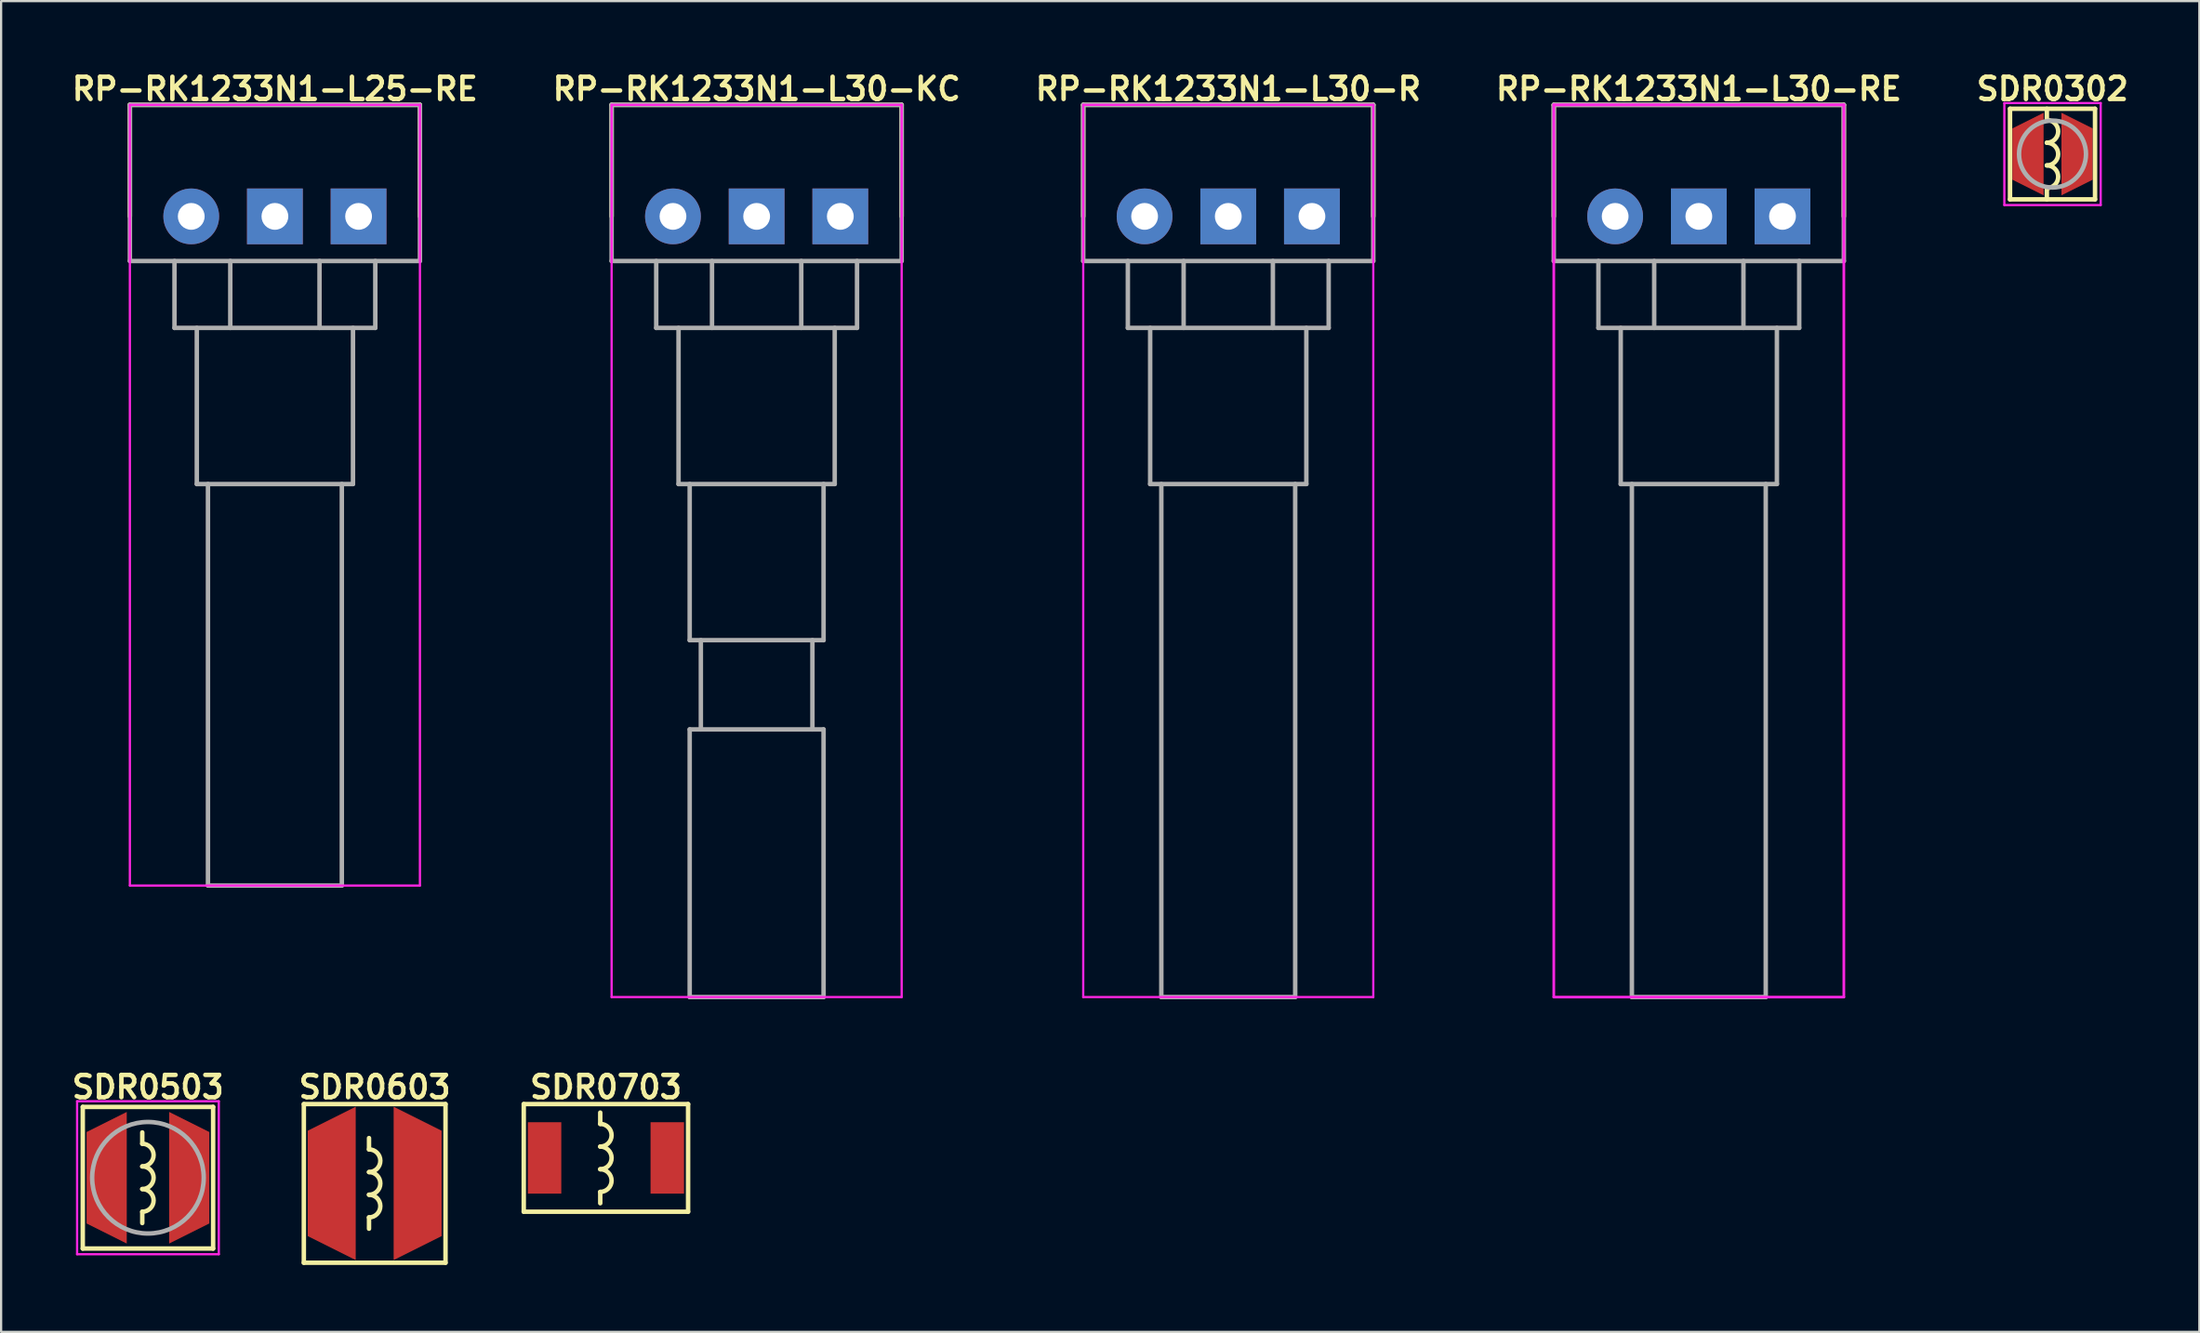
<source format=kicad_pcb>
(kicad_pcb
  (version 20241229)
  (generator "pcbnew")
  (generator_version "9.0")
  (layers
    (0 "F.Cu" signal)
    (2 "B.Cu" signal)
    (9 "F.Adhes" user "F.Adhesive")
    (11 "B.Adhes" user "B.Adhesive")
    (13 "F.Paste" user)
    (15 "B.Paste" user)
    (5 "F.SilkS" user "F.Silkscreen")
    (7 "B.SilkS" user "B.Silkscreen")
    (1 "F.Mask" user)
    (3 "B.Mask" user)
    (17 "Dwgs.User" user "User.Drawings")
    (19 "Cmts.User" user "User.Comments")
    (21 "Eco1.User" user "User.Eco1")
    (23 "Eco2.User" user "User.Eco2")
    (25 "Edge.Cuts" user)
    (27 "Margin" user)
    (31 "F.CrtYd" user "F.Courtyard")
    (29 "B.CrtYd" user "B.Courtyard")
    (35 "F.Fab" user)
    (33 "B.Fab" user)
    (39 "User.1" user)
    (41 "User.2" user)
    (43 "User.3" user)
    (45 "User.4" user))
  (footprint "SDR0302"
    (layer "F.Cu")
    (at 88.943 3.857)
    (property "Reference" "SDR0302" (at 0 -2.921 0) (layer "F.SilkS") (effects (font (size 1 1) (thickness 0.2))))
    (attr through_hole)
    (fp_line (start -1.905 -2.032) (end -1.905 2.032) (stroke (width 0.2) (type solid)) (layer "F.SilkS"))
    (fp_line (start -1.905 -2.032) (end 1.905 -2.032) (stroke (width 0.2) (type solid)) (layer "F.SilkS"))
    (fp_line (start -1.905 2.032) (end 1.905 2.032) (stroke (width 0.2) (type solid)) (layer "F.SilkS"))
    (fp_line (start -0.254 -1.524) (end -0.254 -2.032) (stroke (width 0.2) (type solid)) (layer "F.SilkS"))
    (fp_line (start -0.254 1.524) (end -0.254 2.032) (stroke (width 0.2) (type solid)) (layer "F.SilkS"))
    (fp_line (start 1.905 -2.032) (end 1.905 2.032) (stroke (width 0.2) (type solid)) (layer "F.SilkS"))
    (fp_arc (start -0.254 -1.524) (mid 0.254 -1.016) (end -0.254 -0.508) (stroke (width 0.2) (type solid)) (layer "F.SilkS"))
    (fp_arc (start -0.254 -0.508) (mid 0.254 0) (end -0.254 0.508) (stroke (width 0.2) (type solid)) (layer "F.SilkS"))
    (fp_arc (start -0.254 0.508) (mid 0.254 1.016) (end -0.254 1.524) (stroke (width 0.2) (type solid)) (layer "F.SilkS"))
    (fp_line (start -2.159 -2.286) (end 2.159 -2.286) (stroke (width 0.1) (type solid)) (layer "F.CrtYd"))
    (fp_line (start -2.159 2.286) (end -2.159 -2.286) (stroke (width 0.1) (type solid)) (layer "F.CrtYd"))
    (fp_line (start 2.159 -2.286) (end 2.159 2.286) (stroke (width 0.1) (type solid)) (layer "F.CrtYd"))
    (fp_line (start 2.159 2.286) (end -2.159 2.286) (stroke (width 0.1) (type solid)) (layer "F.CrtYd"))
    (fp_circle (center 0 0) (end 1.5 0) (stroke (width 0.2) (type solid)) (fill no) (layer "F.Fab"))
    (pad "1" smd trapezoid (at -1.1 0) (size 1.4 3) (rect_delta -0.7 0) (layers "F.Cu" "F.Mask" "F.Paste"))
    (pad "2" smd trapezoid (at 1.1 0) (size 1.4 3) (rect_delta 0.7 0) (layers "F.Cu" "F.Mask" "F.Paste")))
  (footprint "SDR0703"
    (layer "F.Cu")
    (at 24.107 48.862)
    (property "Reference" "SDR0703" (at 0 -3.175 0) (layer "F.SilkS") (effects (font (size 1 1) (thickness 0.2))))
    (attr through_hole)
    (fp_line (start -3.683 -2.413) (end -3.683 2.413) (stroke (width 0.2) (type solid)) (layer "F.SilkS"))
    (fp_line (start -3.683 -2.413) (end 3.683 -2.413) (stroke (width 0.2) (type solid)) (layer "F.SilkS"))
    (fp_line (start -3.683 2.413) (end 3.683 2.413) (stroke (width 0.2) (type solid)) (layer "F.SilkS"))
    (fp_line (start -0.254 -1.524) (end -0.254 -2.032) (stroke (width 0.2) (type solid)) (layer "F.SilkS"))
    (fp_line (start -0.254 2.032) (end -0.254 1.524) (stroke (width 0.2) (type solid)) (layer "F.SilkS"))
    (fp_line (start 3.683 -2.413) (end 3.683 2.413) (stroke (width 0.2) (type solid)) (layer "F.SilkS"))
    (fp_arc (start -0.254 -1.524) (mid 0.254 -1.016) (end -0.254 -0.508) (stroke (width 0.2) (type solid)) (layer "F.SilkS"))
    (fp_arc (start -0.254 -0.508) (mid 0.254 0) (end -0.254 0.508) (stroke (width 0.2) (type solid)) (layer "F.SilkS"))
    (fp_arc (start -0.254 0.508) (mid 0.254 1.016) (end -0.254 1.524) (stroke (width 0.2) (type solid)) (layer "F.SilkS"))
    (pad "1" smd rect (at -2.75 0) (size 1.5 3.2) (layers "F.Cu" "F.Mask" "F.Paste"))
    (pad "2" smd rect (at 2.75 0) (size 1.5 3.2) (layers "F.Cu" "F.Mask" "F.Paste")))
  (footprint "RP-RK1233N1-L30-KC"
    (layer "F.Cu")
    (at 30.862 6.651)
    (property "Reference" "RP-RK1233N1-L30-KC" (at 0 -5.715 0) (layer "F.SilkS") (effects (font (size 1 1) (thickness 0.2))))
    (attr through_hole)
    (fp_line (start -6.5 -5) (end -6.5 0) (stroke (width 0.2) (type solid)) (layer "F.SilkS"))
    (fp_line (start -6.5 -5) (end 6.5 -5) (stroke (width 0.2) (type solid)) (layer "F.SilkS"))
    (fp_line (start 6.5 -5) (end 6.5 0) (stroke (width 0.2) (type solid)) (layer "F.SilkS"))
    (fp_line (start -6.5 -5) (end -6.5 35) (stroke (width 0.1) (type solid)) (layer "F.CrtYd"))
    (fp_line (start -6.5 -5) (end 6.5 -5) (stroke (width 0.1) (type solid)) (layer "F.CrtYd"))
    (fp_line (start -6.5 35) (end 6.5 35) (stroke (width 0.1) (type solid)) (layer "F.CrtYd"))
    (fp_line (start 6.5 -5) (end 6.5 35) (stroke (width 0.1) (type solid)) (layer "F.CrtYd"))
    (fp_line (start -6.5 -5) (end -6.5 2) (stroke (width 0.2) (type solid)) (layer "F.Fab"))
    (fp_line (start -6.5 -5) (end 6.5 -5) (stroke (width 0.2) (type solid)) (layer "F.Fab"))
    (fp_line (start -6.5 2) (end 6.5 2) (stroke (width 0.2) (type solid)) (layer "F.Fab"))
    (fp_line (start -4.5 2) (end -4.5 5) (stroke (width 0.2) (type solid)) (layer "F.Fab"))
    (fp_line (start -4.5 5) (end 4.5 5) (stroke (width 0.2) (type solid)) (layer "F.Fab"))
    (fp_line (start -3.5 5) (end -3.5 12) (stroke (width 0.2) (type solid)) (layer "F.Fab"))
    (fp_line (start -3.5 12) (end 3.5 12) (stroke (width 0.2) (type solid)) (layer "F.Fab"))
    (fp_line (start -3 12) (end -3 19) (stroke (width 0.2) (type solid)) (layer "F.Fab"))
    (fp_line (start -3 19) (end 3 19) (stroke (width 0.2) (type solid)) (layer "F.Fab"))
    (fp_line (start -3 23) (end -3 35) (stroke (width 0.2) (type solid)) (layer "F.Fab"))
    (fp_line (start -3 23) (end 3 23) (stroke (width 0.2) (type solid)) (layer "F.Fab"))
    (fp_line (start -3 35) (end 3 35) (stroke (width 0.2) (type solid)) (layer "F.Fab"))
    (fp_line (start -2.5 19) (end -2.5 23) (stroke (width 0.2) (type solid)) (layer "F.Fab"))
    (fp_line (start -2 2) (end -2 5) (stroke (width 0.2) (type solid)) (layer "F.Fab"))
    (fp_line (start 2 2) (end 2 5) (stroke (width 0.2) (type solid)) (layer "F.Fab"))
    (fp_line (start 2.5 19) (end 2.5 23) (stroke (width 0.2) (type solid)) (layer "F.Fab"))
    (fp_line (start 3 12) (end 3 19) (stroke (width 0.2) (type solid)) (layer "F.Fab"))
    (fp_line (start 3 23) (end 3 35) (stroke (width 0.2) (type solid)) (layer "F.Fab"))
    (fp_line (start 3.5 5) (end 3.5 12) (stroke (width 0.2) (type solid)) (layer "F.Fab"))
    (fp_line (start 4.5 2) (end 4.5 5) (stroke (width 0.2) (type solid)) (layer "F.Fab"))
    (fp_line (start 6.5 -5) (end 6.5 2) (stroke (width 0.2) (type solid)) (layer "F.Fab"))
    (pad "1" thru_hole circle (at -3.75 0) (size 2.5 2.5) (drill 1.2) (layers "B.Cu" "B.Mask"))
    (pad "2" thru_hole rect (at 0 0) (size 2.5 2.5) (drill 1.2) (layers "B.Cu" "B.Mask"))
    (pad "3" thru_hole rect (at 3.75 0) (size 2.5 2.5) (drill 1.2) (layers "B.Cu" "B.Mask")))
  (footprint "SDR0503"
    (layer "F.Cu")
    (at 3.581 49.751)
    (property "Reference" "SDR0503" (at 0 -4.064 0) (layer "F.SilkS") (effects (font (size 1 1) (thickness 0.2))))
    (attr through_hole)
    (fp_line (start -2.921 -3.175) (end -2.921 3.175) (stroke (width 0.2) (type solid)) (layer "F.SilkS"))
    (fp_line (start -2.921 -3.175) (end 2.921 -3.175) (stroke (width 0.2) (type solid)) (layer "F.SilkS"))
    (fp_line (start -2.921 3.175) (end 2.921 3.175) (stroke (width 0.2) (type solid)) (layer "F.SilkS"))
    (fp_line (start -0.254 -1.524) (end -0.254 -2.032) (stroke (width 0.2) (type solid)) (layer "F.SilkS"))
    (fp_line (start -0.254 1.524) (end -0.254 2.032) (stroke (width 0.2) (type solid)) (layer "F.SilkS"))
    (fp_line (start 2.921 -3.175) (end 2.921 3.175) (stroke (width 0.2) (type solid)) (layer "F.SilkS"))
    (fp_arc (start -0.254 -1.524) (mid 0.254 -1.016) (end -0.254 -0.508) (stroke (width 0.2) (type solid)) (layer "F.SilkS"))
    (fp_arc (start -0.254 -0.508) (mid 0.254 0) (end -0.254 0.508) (stroke (width 0.2) (type solid)) (layer "F.SilkS"))
    (fp_arc (start -0.254 0.508) (mid 0.254 1.016) (end -0.254 1.524) (stroke (width 0.2) (type solid)) (layer "F.SilkS"))
    (fp_line (start -3.175 -3.429) (end 3.175 -3.429) (stroke (width 0.1) (type solid)) (layer "F.CrtYd"))
    (fp_line (start -3.175 3.429) (end -3.175 -3.429) (stroke (width 0.1) (type solid)) (layer "F.CrtYd"))
    (fp_line (start 3.175 -3.429) (end 3.175 3.429) (stroke (width 0.1) (type solid)) (layer "F.CrtYd"))
    (fp_line (start 3.175 3.429) (end -3.175 3.429) (stroke (width 0.1) (type solid)) (layer "F.CrtYd"))
    (fp_circle (center 0 0) (end 2.5 0) (stroke (width 0.2) (type solid)) (fill no) (layer "F.Fab"))
    (pad "1" smd trapezoid (at -1.85 0) (size 1.8 5) (rect_delta -0.9 0) (layers "F.Cu" "F.Mask" "F.Paste"))
    (pad "2" smd trapezoid (at 1.85 0) (size 1.8 5) (rect_delta 0.9 0) (layers "F.Cu" "F.Mask" "F.Paste")))
  (footprint "RP-RK1233N1-L30-R"
    (layer "F.Cu")
    (at 52 6.651)
    (property "Reference" "RP-RK1233N1-L30-R" (at 0 -5.715 0) (layer "F.SilkS") (effects (font (size 1 1) (thickness 0.2))))
    (attr through_hole)
    (fp_line (start -6.5 -5) (end -6.5 0) (stroke (width 0.2) (type solid)) (layer "F.SilkS"))
    (fp_line (start -6.5 -5) (end 6.5 -5) (stroke (width 0.2) (type solid)) (layer "F.SilkS"))
    (fp_line (start 6.5 -5) (end 6.5 0) (stroke (width 0.2) (type solid)) (layer "F.SilkS"))
    (fp_line (start -6.5 -5) (end -6.5 35) (stroke (width 0.1) (type solid)) (layer "F.CrtYd"))
    (fp_line (start -6.5 -5) (end 6.5 -5) (stroke (width 0.1) (type solid)) (layer "F.CrtYd"))
    (fp_line (start -6.5 35) (end 6.5 35) (stroke (width 0.1) (type solid)) (layer "F.CrtYd"))
    (fp_line (start 6.5 -5) (end 6.5 35) (stroke (width 0.1) (type solid)) (layer "F.CrtYd"))
    (fp_line (start -6.5 -5) (end -6.5 2) (stroke (width 0.2) (type solid)) (layer "F.Fab"))
    (fp_line (start -6.5 -5) (end 6.5 -5) (stroke (width 0.2) (type solid)) (layer "F.Fab"))
    (fp_line (start -6.5 2) (end 6.5 2) (stroke (width 0.2) (type solid)) (layer "F.Fab"))
    (fp_line (start -4.5 2) (end -4.5 5) (stroke (width 0.2) (type solid)) (layer "F.Fab"))
    (fp_line (start -4.5 5) (end 4.5 5) (stroke (width 0.2) (type solid)) (layer "F.Fab"))
    (fp_line (start -3.5 5) (end -3.5 12) (stroke (width 0.2) (type solid)) (layer "F.Fab"))
    (fp_line (start -3.5 12) (end 3.5 12) (stroke (width 0.2) (type solid)) (layer "F.Fab"))
    (fp_line (start -3 12) (end -3 35) (stroke (width 0.2) (type solid)) (layer "F.Fab"))
    (fp_line (start -3 35) (end 3 35) (stroke (width 0.2) (type solid)) (layer "F.Fab"))
    (fp_line (start -2 2) (end -2 5) (stroke (width 0.2) (type solid)) (layer "F.Fab"))
    (fp_line (start 2 2) (end 2 5) (stroke (width 0.2) (type solid)) (layer "F.Fab"))
    (fp_line (start 3 12) (end 3 35) (stroke (width 0.2) (type solid)) (layer "F.Fab"))
    (fp_line (start 3.5 5) (end 3.5 12) (stroke (width 0.2) (type solid)) (layer "F.Fab"))
    (fp_line (start 4.5 2) (end 4.5 5) (stroke (width 0.2) (type solid)) (layer "F.Fab"))
    (fp_line (start 6.5 -5) (end 6.5 2) (stroke (width 0.2) (type solid)) (layer "F.Fab"))
    (pad "1" thru_hole circle (at -3.75 0) (size 2.5 2.5) (drill 1.2) (layers "B.Cu" "B.Mask"))
    (pad "2" thru_hole rect (at 0 0) (size 2.5 2.5) (drill 1.2) (layers "B.Cu" "B.Mask"))
    (pad "3" thru_hole rect (at 3.75 0) (size 2.5 2.5) (drill 1.2) (layers "B.Cu" "B.Mask")))
  (footprint "SDR0603"
    (layer "F.Cu")
    (at 13.743 50.005)
    (property "Reference" "SDR0603" (at 0 -4.318 0) (layer "F.SilkS") (effects (font (size 1 1) (thickness 0.2))))
    (attr through_hole)
    (fp_line (start -3.175 -3.556) (end -3.175 3.556) (stroke (width 0.2) (type solid)) (layer "F.SilkS"))
    (fp_line (start -3.175 -3.556) (end 3.175 -3.556) (stroke (width 0.2) (type solid)) (layer "F.SilkS"))
    (fp_line (start -3.175 3.556) (end 3.175 3.556) (stroke (width 0.2) (type solid)) (layer "F.SilkS"))
    (fp_line (start -0.254 -1.524) (end -0.254 -2.032) (stroke (width 0.2) (type solid)) (layer "F.SilkS"))
    (fp_line (start -0.254 2.032) (end -0.254 1.524) (stroke (width 0.2) (type solid)) (layer "F.SilkS"))
    (fp_line (start 3.175 -3.556) (end 3.175 3.556) (stroke (width 0.2) (type solid)) (layer "F.SilkS"))
    (fp_arc (start -0.254 -1.524) (mid 0.254 -1.016) (end -0.254 -0.508) (stroke (width 0.2) (type solid)) (layer "F.SilkS"))
    (fp_arc (start -0.254 -0.508) (mid 0.254 0) (end -0.254 0.508) (stroke (width 0.2) (type solid)) (layer "F.SilkS"))
    (fp_arc (start -0.254 0.508) (mid 0.254 1.016) (end -0.254 1.524) (stroke (width 0.2) (type solid)) (layer "F.SilkS"))
    (pad "1" smd trapezoid (at -1.925 0) (size 2.15 5.8) (rect_delta -1.075 0) (layers "F.Cu" "F.Mask" "F.Paste"))
    (pad "2" smd trapezoid (at 1.925 0) (size 2.15 5.8) (rect_delta 1.075 0) (layers "F.Cu" "F.Mask" "F.Paste")))
  (footprint "RP-RK1233N1-L30-RE"
    (layer "F.Cu")
    (at 73.09 6.651)
    (property "Reference" "RP-RK1233N1-L30-RE" (at 0 -5.715 0) (layer "F.SilkS") (effects (font (size 1 1) (thickness 0.2))))
    (attr through_hole)
    (fp_line (start -6.5 -5) (end -6.5 0) (stroke (width 0.2) (type solid)) (layer "F.SilkS"))
    (fp_line (start -6.5 -5) (end 6.5 -5) (stroke (width 0.2) (type solid)) (layer "F.SilkS"))
    (fp_line (start 6.5 -5) (end 6.5 0) (stroke (width 0.2) (type solid)) (layer "F.SilkS"))
    (fp_line (start -6.5 -5) (end -6.5 35) (stroke (width 0.12) (type solid)) (layer "F.CrtYd"))
    (fp_line (start -6.5 -5) (end 6.5 -5) (stroke (width 0.12) (type solid)) (layer "F.CrtYd"))
    (fp_line (start -6.5 35) (end 6.5 35) (stroke (width 0.12) (type solid)) (layer "F.CrtYd"))
    (fp_line (start 6.5 -5) (end 6.5 35) (stroke (width 0.12) (type solid)) (layer "F.CrtYd"))
    (fp_line (start -6.5 -5) (end -6.5 2) (stroke (width 0.2) (type solid)) (layer "F.Fab"))
    (fp_line (start -6.5 -5) (end 6.5 -5) (stroke (width 0.2) (type solid)) (layer "F.Fab"))
    (fp_line (start -6.5 2) (end 6.5 2) (stroke (width 0.2) (type solid)) (layer "F.Fab"))
    (fp_line (start -4.5 2) (end -4.5 5) (stroke (width 0.2) (type solid)) (layer "F.Fab"))
    (fp_line (start -4.5 5) (end 4.5 5) (stroke (width 0.2) (type solid)) (layer "F.Fab"))
    (fp_line (start -3.5 5) (end -3.5 12) (stroke (width 0.2) (type solid)) (layer "F.Fab"))
    (fp_line (start -3.5 12) (end 3.5 12) (stroke (width 0.2) (type solid)) (layer "F.Fab"))
    (fp_line (start -3 12) (end -3 35) (stroke (width 0.2) (type solid)) (layer "F.Fab"))
    (fp_line (start -3 35) (end 3 35) (stroke (width 0.2) (type solid)) (layer "F.Fab"))
    (fp_line (start -2 2) (end -2 5) (stroke (width 0.2) (type solid)) (layer "F.Fab"))
    (fp_line (start 2 2) (end 2 5) (stroke (width 0.2) (type solid)) (layer "F.Fab"))
    (fp_line (start 3 12) (end 3 35) (stroke (width 0.2) (type solid)) (layer "F.Fab"))
    (fp_line (start 3.5 5) (end 3.5 12) (stroke (width 0.2) (type solid)) (layer "F.Fab"))
    (fp_line (start 4.5 2) (end 4.5 5) (stroke (width 0.2) (type solid)) (layer "F.Fab"))
    (fp_line (start 6.5 -5) (end 6.5 2) (stroke (width 0.2) (type solid)) (layer "F.Fab"))
    (pad "1" thru_hole circle (at -3.75 0) (size 2.5 2.5) (drill 1.2) (layers "B.Cu" "B.Mask"))
    (pad "2" thru_hole rect (at 0 0) (size 2.5 2.5) (drill 1.2) (layers "B.Cu" "B.Mask"))
    (pad "3" thru_hole rect (at 3.75 0) (size 2.5 2.5) (drill 1.2) (layers "B.Cu" "B.Mask")))
  (footprint "RP-RK1233N1-L25-RE"
    (layer "F.Cu")
    (at 9.271 6.651)
    (property "Reference" "RP-RK1233N1-L25-RE" (at 0 -5.715 0) (layer "F.SilkS") (effects (font (size 1 1) (thickness 0.2))))
    (attr through_hole)
    (fp_line (start -6.5 -5) (end -6.5 0) (stroke (width 0.2) (type solid)) (layer "F.SilkS"))
    (fp_line (start -6.5 -5) (end 6.5 -5) (stroke (width 0.2) (type solid)) (layer "F.SilkS"))
    (fp_line (start 6.5 -5) (end 6.5 0) (stroke (width 0.2) (type solid)) (layer "F.SilkS"))
    (fp_line (start -6.5 -5) (end -6.5 30) (stroke (width 0.1) (type solid)) (layer "F.CrtYd"))
    (fp_line (start -6.5 -5) (end 6.5 -5) (stroke (width 0.1) (type solid)) (layer "F.CrtYd"))
    (fp_line (start -6.5 30) (end 6.5 30) (stroke (width 0.1) (type solid)) (layer "F.CrtYd"))
    (fp_line (start 6.5 -5) (end 6.5 30) (stroke (width 0.1) (type solid)) (layer "F.CrtYd"))
    (fp_line (start -6.5 -5) (end -6.5 2) (stroke (width 0.2) (type solid)) (layer "F.Fab"))
    (fp_line (start -6.5 -5) (end 6.5 -5) (stroke (width 0.2) (type solid)) (layer "F.Fab"))
    (fp_line (start -6.5 2) (end 6.5 2) (stroke (width 0.2) (type solid)) (layer "F.Fab"))
    (fp_line (start -4.5 2) (end -4.5 5) (stroke (width 0.2) (type solid)) (layer "F.Fab"))
    (fp_line (start -4.5 5) (end 4.5 5) (stroke (width 0.2) (type solid)) (layer "F.Fab"))
    (fp_line (start -3.5 5) (end -3.5 12) (stroke (width 0.2) (type solid)) (layer "F.Fab"))
    (fp_line (start -3.5 12) (end 3.5 12) (stroke (width 0.2) (type solid)) (layer "F.Fab"))
    (fp_line (start -3 12) (end -3 30) (stroke (width 0.2) (type solid)) (layer "F.Fab"))
    (fp_line (start -3 30) (end 3 30) (stroke (width 0.2) (type solid)) (layer "F.Fab"))
    (fp_line (start -2 2) (end -2 5) (stroke (width 0.2) (type solid)) (layer "F.Fab"))
    (fp_line (start 2 2) (end 2 5) (stroke (width 0.2) (type solid)) (layer "F.Fab"))
    (fp_line (start 3 12) (end 3 30) (stroke (width 0.2) (type solid)) (layer "F.Fab"))
    (fp_line (start 3.5 5) (end 3.5 12) (stroke (width 0.2) (type solid)) (layer "F.Fab"))
    (fp_line (start 4.5 2) (end 4.5 5) (stroke (width 0.2) (type solid)) (layer "F.Fab"))
    (fp_line (start 6.5 -5) (end 6.5 2) (stroke (width 0.2) (type solid)) (layer "F.Fab"))
    (pad "1" thru_hole circle (at -3.75 0) (size 2.5 2.5) (drill 1.2) (layers "B.Cu" "B.Mask"))
    (pad "2" thru_hole rect (at 0 0) (size 2.5 2.5) (drill 1.2) (layers "B.Cu" "B.Mask"))
    (pad "3" thru_hole rect (at 3.75 0) (size 2.5 2.5) (drill 1.2) (layers "B.Cu" "B.Mask")))
  (gr_rect
    (start -3 -3)
    (end 95.524 56.661)
    (stroke (width 0.1) (type default))
    (fill no)
    (layer "Edge.Cuts")))
</source>
